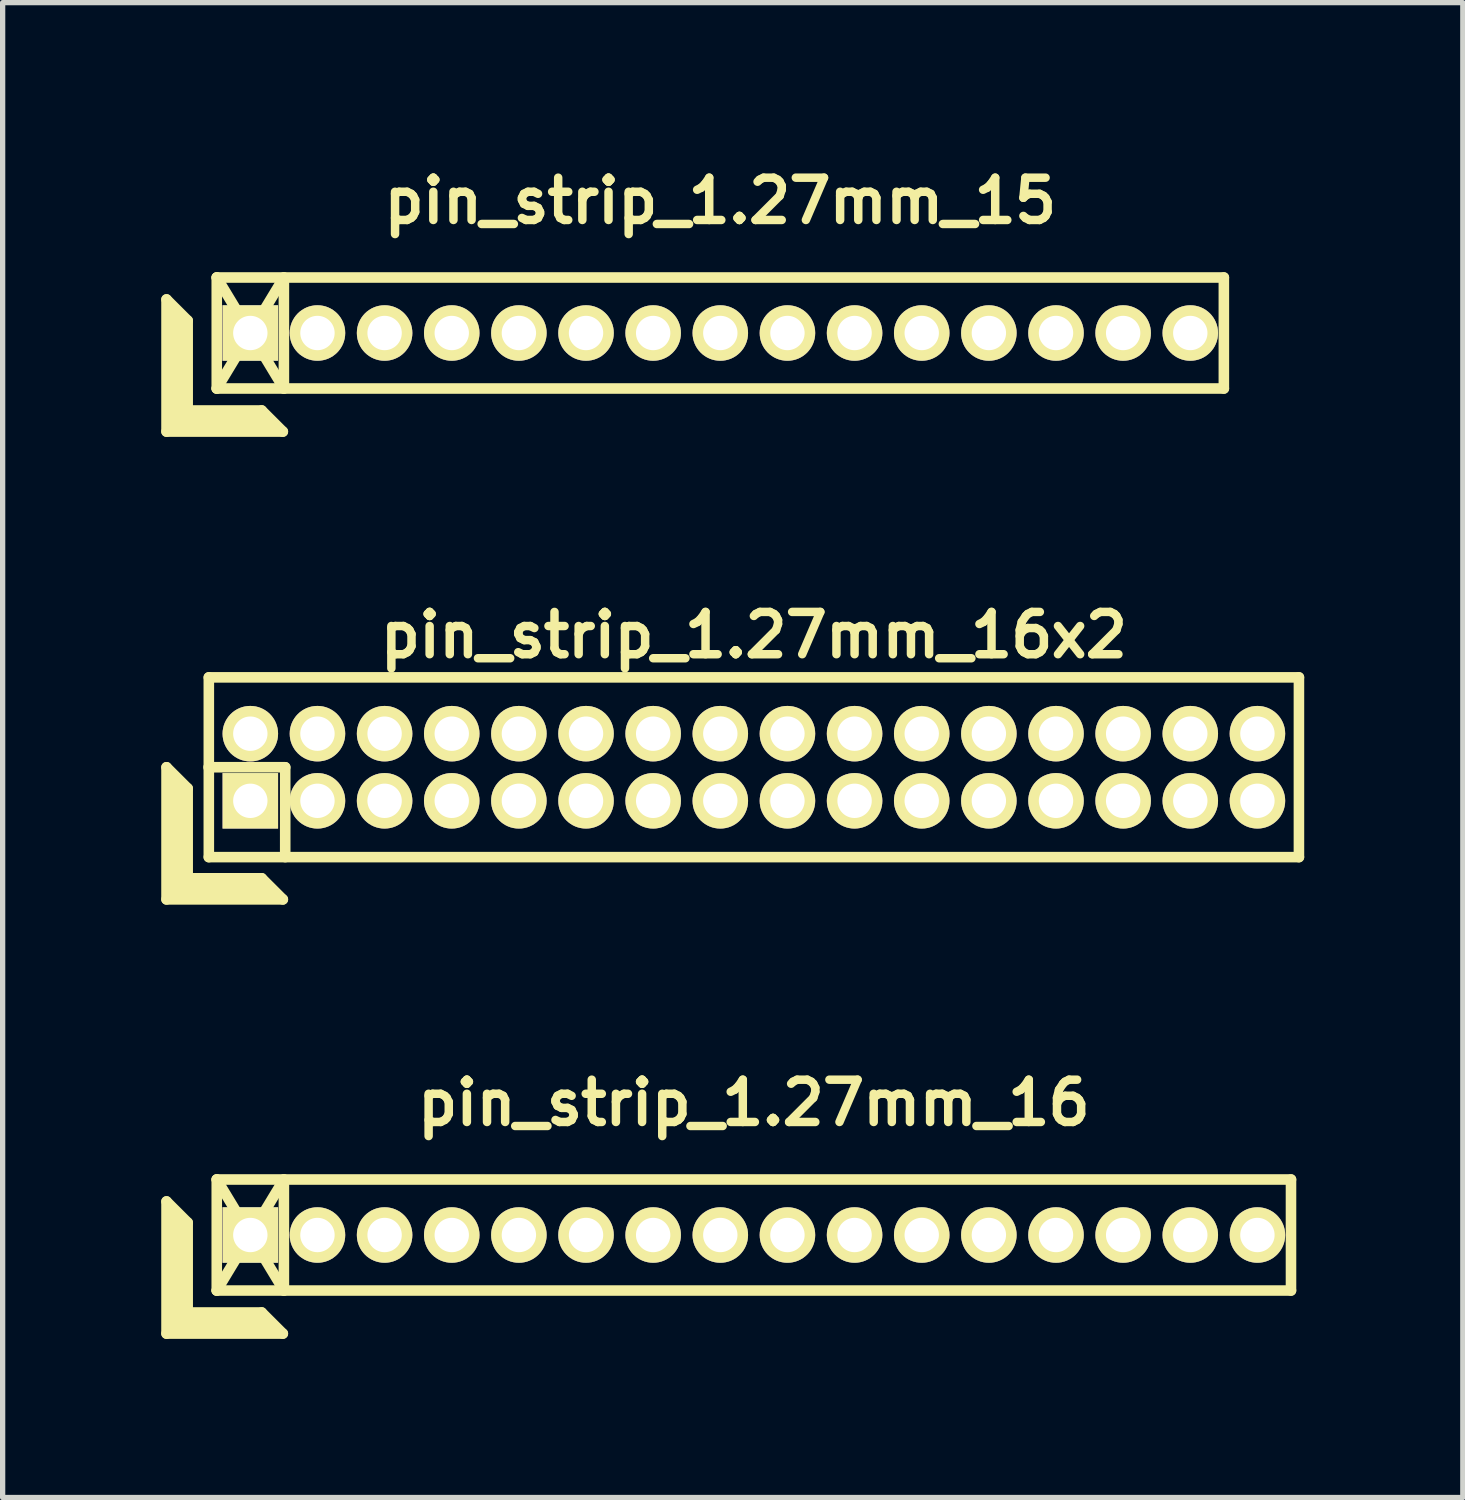
<source format=kicad_pcb>
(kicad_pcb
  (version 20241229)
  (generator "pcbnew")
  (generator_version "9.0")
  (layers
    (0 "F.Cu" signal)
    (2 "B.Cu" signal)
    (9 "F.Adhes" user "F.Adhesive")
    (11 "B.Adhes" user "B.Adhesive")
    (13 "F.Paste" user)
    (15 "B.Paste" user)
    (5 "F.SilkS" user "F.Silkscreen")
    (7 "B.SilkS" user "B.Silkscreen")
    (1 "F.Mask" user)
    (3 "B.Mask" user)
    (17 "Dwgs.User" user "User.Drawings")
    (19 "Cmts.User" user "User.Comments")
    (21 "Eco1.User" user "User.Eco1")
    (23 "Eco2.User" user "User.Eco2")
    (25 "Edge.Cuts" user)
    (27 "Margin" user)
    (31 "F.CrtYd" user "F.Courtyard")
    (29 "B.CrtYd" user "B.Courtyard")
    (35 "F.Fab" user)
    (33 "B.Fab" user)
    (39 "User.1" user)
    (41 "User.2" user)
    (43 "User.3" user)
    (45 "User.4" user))
  (footprint "pin_strip_1.27mm_16x2"
    (layer "F.Cu")
    (at 11.21 11.463)
    (property "Reference" "pin_strip_1.27mm_16x2" (at 0 -2.5 0) (layer "F.SilkS") (effects (font (size 0.8 0.8) (thickness 0.16))))
    (attr through_hole)
    (fp_line (start -11.11 0) (end -11.11 2.5) (stroke (width 0.2) (type solid)) (layer "F.SilkS"))
    (fp_line (start -11.11 0) (end -10.71 0.4) (stroke (width 0.2) (type solid)) (layer "F.SilkS"))
    (fp_line (start -11.11 2.5) (end -8.91 2.5) (stroke (width 0.2) (type solid)) (layer "F.SilkS"))
    (fp_line (start -11.01 2.4) (end -11.01 0.2) (stroke (width 0.2) (type solid)) (layer "F.SilkS"))
    (fp_line (start -11.01 2.4) (end -9.11 2.4) (stroke (width 0.2) (type solid)) (layer "F.SilkS"))
    (fp_line (start -10.91 2.3) (end -10.91 0.3) (stroke (width 0.2) (type solid)) (layer "F.SilkS"))
    (fp_line (start -10.91 2.3) (end -9.21 2.3) (stroke (width 0.2) (type solid)) (layer "F.SilkS"))
    (fp_line (start -10.81 2.2) (end -10.81 0.4) (stroke (width 0.2) (type solid)) (layer "F.SilkS"))
    (fp_line (start -10.81 2.2) (end -9.31 2.2) (stroke (width 0.2) (type solid)) (layer "F.SilkS"))
    (fp_line (start -10.71 2.1) (end -10.71 0.4) (stroke (width 0.2) (type solid)) (layer "F.SilkS"))
    (fp_line (start -10.71 2.1) (end -9.31 2.1) (stroke (width 0.2) (type solid)) (layer "F.SilkS"))
    (fp_line (start -10.315 0) (end -8.865 0) (stroke (width 0.2) (type solid)) (layer "F.SilkS"))
    (fp_line (start -10.31 -1.7) (end 10.31 -1.7) (stroke (width 0.2) (type solid)) (layer "F.SilkS"))
    (fp_line (start -10.31 1.7) (end -10.31 -1.7) (stroke (width 0.2) (type solid)) (layer "F.SilkS"))
    (fp_line (start -9.31 2.1) (end -8.91 2.5) (stroke (width 0.2) (type solid)) (layer "F.SilkS"))
    (fp_line (start -8.865 0) (end -8.865 1.7) (stroke (width 0.2) (type solid)) (layer "F.SilkS"))
    (fp_line (start 10.31 -1.7) (end 10.31 1.7) (stroke (width 0.2) (type solid)) (layer "F.SilkS"))
    (fp_line (start 10.31 1.7) (end -10.31 1.7) (stroke (width 0.2) (type solid)) (layer "F.SilkS"))
    (pad "1" thru_hole rect (at -9.525 0.635) (size 1.05 1.05) (drill 0.65) (layers "*.Cu" "*.Mask" "F.SilkS"))
    (pad "2" thru_hole oval (at -9.525 -0.635) (size 1.05 1.05) (drill 0.65) (layers "*.Cu" "*.Mask" "F.SilkS"))
    (pad "3" thru_hole oval (at -8.255 0.635) (size 1.05 1.05) (drill 0.65) (layers "*.Cu" "*.Mask" "F.SilkS"))
    (pad "4" thru_hole oval (at -8.255 -0.635) (size 1.05 1.05) (drill 0.65) (layers "*.Cu" "*.Mask" "F.SilkS"))
    (pad "5" thru_hole oval (at -6.985 0.635) (size 1.05 1.05) (drill 0.65) (layers "*.Cu" "*.Mask" "F.SilkS"))
    (pad "6" thru_hole oval (at -6.985 -0.635) (size 1.05 1.05) (drill 0.65) (layers "*.Cu" "*.Mask" "F.SilkS"))
    (pad "7" thru_hole oval (at -5.715 0.635) (size 1.05 1.05) (drill 0.65) (layers "*.Cu" "*.Mask" "F.SilkS"))
    (pad "8" thru_hole oval (at -5.715 -0.635) (size 1.05 1.05) (drill 0.65) (layers "*.Cu" "*.Mask" "F.SilkS"))
    (pad "9" thru_hole oval (at -4.445 0.635) (size 1.05 1.05) (drill 0.65) (layers "*.Cu" "*.Mask" "F.SilkS"))
    (pad "10" thru_hole oval (at -4.445 -0.635) (size 1.05 1.05) (drill 0.65) (layers "*.Cu" "*.Mask" "F.SilkS"))
    (pad "11" thru_hole oval (at -3.175 0.635) (size 1.05 1.05) (drill 0.65) (layers "*.Cu" "*.Mask" "F.SilkS"))
    (pad "12" thru_hole oval (at -3.175 -0.635) (size 1.05 1.05) (drill 0.65) (layers "*.Cu" "*.Mask" "F.SilkS"))
    (pad "13" thru_hole oval (at -1.905 0.635) (size 1.05 1.05) (drill 0.65) (layers "*.Cu" "*.Mask" "F.SilkS"))
    (pad "14" thru_hole oval (at -1.905 -0.635) (size 1.05 1.05) (drill 0.65) (layers "*.Cu" "*.Mask" "F.SilkS"))
    (pad "15" thru_hole oval (at -0.635 0.635) (size 1.05 1.05) (drill 0.65) (layers "*.Cu" "*.Mask" "F.SilkS"))
    (pad "16" thru_hole oval (at -0.635 -0.635) (size 1.05 1.05) (drill 0.65) (layers "*.Cu" "*.Mask" "F.SilkS"))
    (pad "17" thru_hole oval (at 0.635 0.635) (size 1.05 1.05) (drill 0.65) (layers "*.Cu" "*.Mask" "F.SilkS"))
    (pad "18" thru_hole oval (at 0.635 -0.635) (size 1.05 1.05) (drill 0.65) (layers "*.Cu" "*.Mask" "F.SilkS"))
    (pad "19" thru_hole oval (at 1.905 0.635) (size 1.05 1.05) (drill 0.65) (layers "*.Cu" "*.Mask" "F.SilkS"))
    (pad "20" thru_hole oval (at 1.905 -0.635) (size 1.05 1.05) (drill 0.65) (layers "*.Cu" "*.Mask" "F.SilkS"))
    (pad "21" thru_hole oval (at 3.175 0.635) (size 1.05 1.05) (drill 0.65) (layers "*.Cu" "*.Mask" "F.SilkS"))
    (pad "22" thru_hole oval (at 3.175 -0.635) (size 1.05 1.05) (drill 0.65) (layers "*.Cu" "*.Mask" "F.SilkS"))
    (pad "23" thru_hole oval (at 4.445 0.635) (size 1.05 1.05) (drill 0.65) (layers "*.Cu" "*.Mask" "F.SilkS"))
    (pad "24" thru_hole oval (at 4.445 -0.635) (size 1.05 1.05) (drill 0.65) (layers "*.Cu" "*.Mask" "F.SilkS"))
    (pad "25" thru_hole oval (at 5.715 0.635) (size 1.05 1.05) (drill 0.65) (layers "*.Cu" "*.Mask" "F.SilkS"))
    (pad "26" thru_hole oval (at 5.715 -0.635) (size 1.05 1.05) (drill 0.65) (layers "*.Cu" "*.Mask" "F.SilkS"))
    (pad "27" thru_hole oval (at 6.985 0.635) (size 1.05 1.05) (drill 0.65) (layers "*.Cu" "*.Mask" "F.SilkS"))
    (pad "28" thru_hole oval (at 6.985 -0.635) (size 1.05 1.05) (drill 0.65) (layers "*.Cu" "*.Mask" "F.SilkS"))
    (pad "29" thru_hole oval (at 8.255 0.635) (size 1.05 1.05) (drill 0.65) (layers "*.Cu" "*.Mask" "F.SilkS"))
    (pad "30" thru_hole oval (at 8.255 -0.635) (size 1.05 1.05) (drill 0.65) (layers "*.Cu" "*.Mask" "F.SilkS"))
    (pad "31" thru_hole oval (at 9.525 0.635) (size 1.05 1.05) (drill 0.65) (layers "*.Cu" "*.Mask" "F.SilkS"))
    (pad "32" thru_hole oval (at 9.525 -0.635) (size 1.05 1.05) (drill 0.65) (layers "*.Cu" "*.Mask" "F.SilkS")))
  (footprint "pin_strip_1.27mm_16"
    (layer "F.Cu")
    (at 11.21 20.311)
    (property "Reference" "pin_strip_1.27mm_16" (at 0 -2.5 0) (layer "F.SilkS") (effects (font (size 0.8 0.8) (thickness 0.16))))
    (attr through_hole)
    (fp_line (start -11.11 -0.635) (end -11.11 1.865) (stroke (width 0.2) (type solid)) (layer "F.SilkS"))
    (fp_line (start -11.11 -0.635) (end -10.71 -0.235) (stroke (width 0.2) (type solid)) (layer "F.SilkS"))
    (fp_line (start -11.11 1.865) (end -8.91 1.865) (stroke (width 0.2) (type solid)) (layer "F.SilkS"))
    (fp_line (start -11.01 1.765) (end -11.01 -0.435) (stroke (width 0.2) (type solid)) (layer "F.SilkS"))
    (fp_line (start -11.01 1.765) (end -9.11 1.765) (stroke (width 0.2) (type solid)) (layer "F.SilkS"))
    (fp_line (start -10.91 1.665) (end -10.91 -0.335) (stroke (width 0.2) (type solid)) (layer "F.SilkS"))
    (fp_line (start -10.91 1.665) (end -9.21 1.665) (stroke (width 0.2) (type solid)) (layer "F.SilkS"))
    (fp_line (start -10.81 1.565) (end -10.81 -0.235) (stroke (width 0.2) (type solid)) (layer "F.SilkS"))
    (fp_line (start -10.81 1.565) (end -9.31 1.565) (stroke (width 0.2) (type solid)) (layer "F.SilkS"))
    (fp_line (start -10.71 1.465) (end -10.71 -0.235) (stroke (width 0.2) (type solid)) (layer "F.SilkS"))
    (fp_line (start -10.71 1.465) (end -9.31 1.465) (stroke (width 0.2) (type solid)) (layer "F.SilkS"))
    (fp_line (start -10.16 -1.05) (end -8.89 1.05) (stroke (width 0.2) (type solid)) (layer "F.SilkS"))
    (fp_line (start -10.16 -1.05) (end 10.16 -1.05) (stroke (width 0.2) (type solid)) (layer "F.SilkS"))
    (fp_line (start -10.16 1.05) (end -10.16 -1.05) (stroke (width 0.2) (type solid)) (layer "F.SilkS"))
    (fp_line (start -10.16 1.05) (end -8.89 -1.05) (stroke (width 0.2) (type solid)) (layer "F.SilkS"))
    (fp_line (start -9.31 1.465) (end -8.91 1.865) (stroke (width 0.2) (type solid)) (layer "F.SilkS"))
    (fp_line (start -8.89 -1.05) (end -8.89 1.05) (stroke (width 0.2) (type solid)) (layer "F.SilkS"))
    (fp_line (start 10.16 -1.05) (end 10.16 1.05) (stroke (width 0.2) (type solid)) (layer "F.SilkS"))
    (fp_line (start 10.16 1.05) (end -10.16 1.05) (stroke (width 0.2) (type solid)) (layer "F.SilkS"))
    (pad "1" thru_hole rect (at -9.525 0) (size 1.05 1.05) (drill 0.65) (layers "*.Cu" "*.Mask" "F.SilkS"))
    (pad "2" thru_hole oval (at -8.255 0) (size 1.05 1.05) (drill 0.65) (layers "*.Cu" "*.Mask" "F.SilkS"))
    (pad "3" thru_hole oval (at -6.985 0) (size 1.05 1.05) (drill 0.65) (layers "*.Cu" "*.Mask" "F.SilkS"))
    (pad "4" thru_hole oval (at -5.715 0) (size 1.05 1.05) (drill 0.65) (layers "*.Cu" "*.Mask" "F.SilkS"))
    (pad "5" thru_hole oval (at -4.445 0) (size 1.05 1.05) (drill 0.65) (layers "*.Cu" "*.Mask" "F.SilkS"))
    (pad "6" thru_hole oval (at -3.175 0) (size 1.05 1.05) (drill 0.65) (layers "*.Cu" "*.Mask" "F.SilkS"))
    (pad "7" thru_hole oval (at -1.905 0) (size 1.05 1.05) (drill 0.65) (layers "*.Cu" "*.Mask" "F.SilkS"))
    (pad "8" thru_hole oval (at -0.635 0) (size 1.05 1.05) (drill 0.65) (layers "*.Cu" "*.Mask" "F.SilkS"))
    (pad "9" thru_hole oval (at 0.635 0) (size 1.05 1.05) (drill 0.65) (layers "*.Cu" "*.Mask" "F.SilkS"))
    (pad "10" thru_hole oval (at 1.905 0) (size 1.05 1.05) (drill 0.65) (layers "*.Cu" "*.Mask" "F.SilkS"))
    (pad "11" thru_hole oval (at 3.175 0) (size 1.05 1.05) (drill 0.65) (layers "*.Cu" "*.Mask" "F.SilkS"))
    (pad "12" thru_hole oval (at 4.445 0) (size 1.05 1.05) (drill 0.65) (layers "*.Cu" "*.Mask" "F.SilkS"))
    (pad "13" thru_hole oval (at 5.715 0) (size 1.05 1.05) (drill 0.65) (layers "*.Cu" "*.Mask" "F.SilkS"))
    (pad "14" thru_hole oval (at 6.985 0) (size 1.05 1.05) (drill 0.65) (layers "*.Cu" "*.Mask" "F.SilkS"))
    (pad "15" thru_hole oval (at 8.255 0) (size 1.05 1.05) (drill 0.65) (layers "*.Cu" "*.Mask" "F.SilkS"))
    (pad "16" thru_hole oval (at 9.525 0) (size 1.05 1.05) (drill 0.65) (layers "*.Cu" "*.Mask" "F.SilkS")))
  (footprint "pin_strip_1.27mm_15"
    (layer "F.Cu")
    (at 10.575 3.249)
    (property "Reference" "pin_strip_1.27mm_15" (at 0 -2.5 0) (layer "F.SilkS") (effects (font (size 0.8 0.8) (thickness 0.16))))
    (attr through_hole)
    (fp_line (start -10.475 -0.635) (end -10.475 1.865) (stroke (width 0.2) (type solid)) (layer "F.SilkS"))
    (fp_line (start -10.475 -0.635) (end -10.075 -0.235) (stroke (width 0.2) (type solid)) (layer "F.SilkS"))
    (fp_line (start -10.475 1.865) (end -8.275 1.865) (stroke (width 0.2) (type solid)) (layer "F.SilkS"))
    (fp_line (start -10.375 1.765) (end -10.375 -0.435) (stroke (width 0.2) (type solid)) (layer "F.SilkS"))
    (fp_line (start -10.375 1.765) (end -8.475 1.765) (stroke (width 0.2) (type solid)) (layer "F.SilkS"))
    (fp_line (start -10.275 1.665) (end -10.275 -0.335) (stroke (width 0.2) (type solid)) (layer "F.SilkS"))
    (fp_line (start -10.275 1.665) (end -8.575 1.665) (stroke (width 0.2) (type solid)) (layer "F.SilkS"))
    (fp_line (start -10.175 1.565) (end -10.175 -0.235) (stroke (width 0.2) (type solid)) (layer "F.SilkS"))
    (fp_line (start -10.175 1.565) (end -8.675 1.565) (stroke (width 0.2) (type solid)) (layer "F.SilkS"))
    (fp_line (start -10.075 1.465) (end -10.075 -0.235) (stroke (width 0.2) (type solid)) (layer "F.SilkS"))
    (fp_line (start -10.075 1.465) (end -8.675 1.465) (stroke (width 0.2) (type solid)) (layer "F.SilkS"))
    (fp_line (start -9.525 -1.05) (end -8.255 1.05) (stroke (width 0.2) (type solid)) (layer "F.SilkS"))
    (fp_line (start -9.525 -1.05) (end 9.525 -1.05) (stroke (width 0.2) (type solid)) (layer "F.SilkS"))
    (fp_line (start -9.525 1.05) (end -9.525 -1.05) (stroke (width 0.2) (type solid)) (layer "F.SilkS"))
    (fp_line (start -9.525 1.05) (end -8.255 -1.05) (stroke (width 0.2) (type solid)) (layer "F.SilkS"))
    (fp_line (start -8.675 1.465) (end -8.275 1.865) (stroke (width 0.2) (type solid)) (layer "F.SilkS"))
    (fp_line (start -8.255 -1.05) (end -8.255 1.05) (stroke (width 0.2) (type solid)) (layer "F.SilkS"))
    (fp_line (start 9.525 -1.05) (end 9.525 1.05) (stroke (width 0.2) (type solid)) (layer "F.SilkS"))
    (fp_line (start 9.525 1.05) (end -9.525 1.05) (stroke (width 0.2) (type solid)) (layer "F.SilkS"))
    (pad "1" thru_hole rect (at -8.89 0) (size 1.05 1.05) (drill 0.65) (layers "*.Cu" "*.Mask" "F.SilkS"))
    (pad "2" thru_hole oval (at -7.62 0) (size 1.05 1.05) (drill 0.65) (layers "*.Cu" "*.Mask" "F.SilkS"))
    (pad "3" thru_hole oval (at -6.35 0) (size 1.05 1.05) (drill 0.65) (layers "*.Cu" "*.Mask" "F.SilkS"))
    (pad "4" thru_hole oval (at -5.08 0) (size 1.05 1.05) (drill 0.65) (layers "*.Cu" "*.Mask" "F.SilkS"))
    (pad "5" thru_hole oval (at -3.81 0) (size 1.05 1.05) (drill 0.65) (layers "*.Cu" "*.Mask" "F.SilkS"))
    (pad "6" thru_hole oval (at -2.54 0) (size 1.05 1.05) (drill 0.65) (layers "*.Cu" "*.Mask" "F.SilkS"))
    (pad "7" thru_hole oval (at -1.27 0) (size 1.05 1.05) (drill 0.65) (layers "*.Cu" "*.Mask" "F.SilkS"))
    (pad "8" thru_hole oval (at 0 0) (size 1.05 1.05) (drill 0.65) (layers "*.Cu" "*.Mask" "F.SilkS"))
    (pad "9" thru_hole oval (at 1.27 0) (size 1.05 1.05) (drill 0.65) (layers "*.Cu" "*.Mask" "F.SilkS"))
    (pad "10" thru_hole oval (at 2.54 0) (size 1.05 1.05) (drill 0.65) (layers "*.Cu" "*.Mask" "F.SilkS"))
    (pad "11" thru_hole oval (at 3.81 0) (size 1.05 1.05) (drill 0.65) (layers "*.Cu" "*.Mask" "F.SilkS"))
    (pad "12" thru_hole oval (at 5.08 0) (size 1.05 1.05) (drill 0.65) (layers "*.Cu" "*.Mask" "F.SilkS"))
    (pad "13" thru_hole oval (at 6.35 0) (size 1.05 1.05) (drill 0.65) (layers "*.Cu" "*.Mask" "F.SilkS"))
    (pad "14" thru_hole oval (at 7.62 0) (size 1.05 1.05) (drill 0.65) (layers "*.Cu" "*.Mask" "F.SilkS"))
    (pad "15" thru_hole oval (at 8.89 0) (size 1.05 1.05) (drill 0.65) (layers "*.Cu" "*.Mask" "F.SilkS")))
  (gr_rect
    (start -3 -3)
    (end 24.62 25.276)
    (stroke (width 0.1) (type default))
    (fill no)
    (layer "Edge.Cuts")))
</source>
